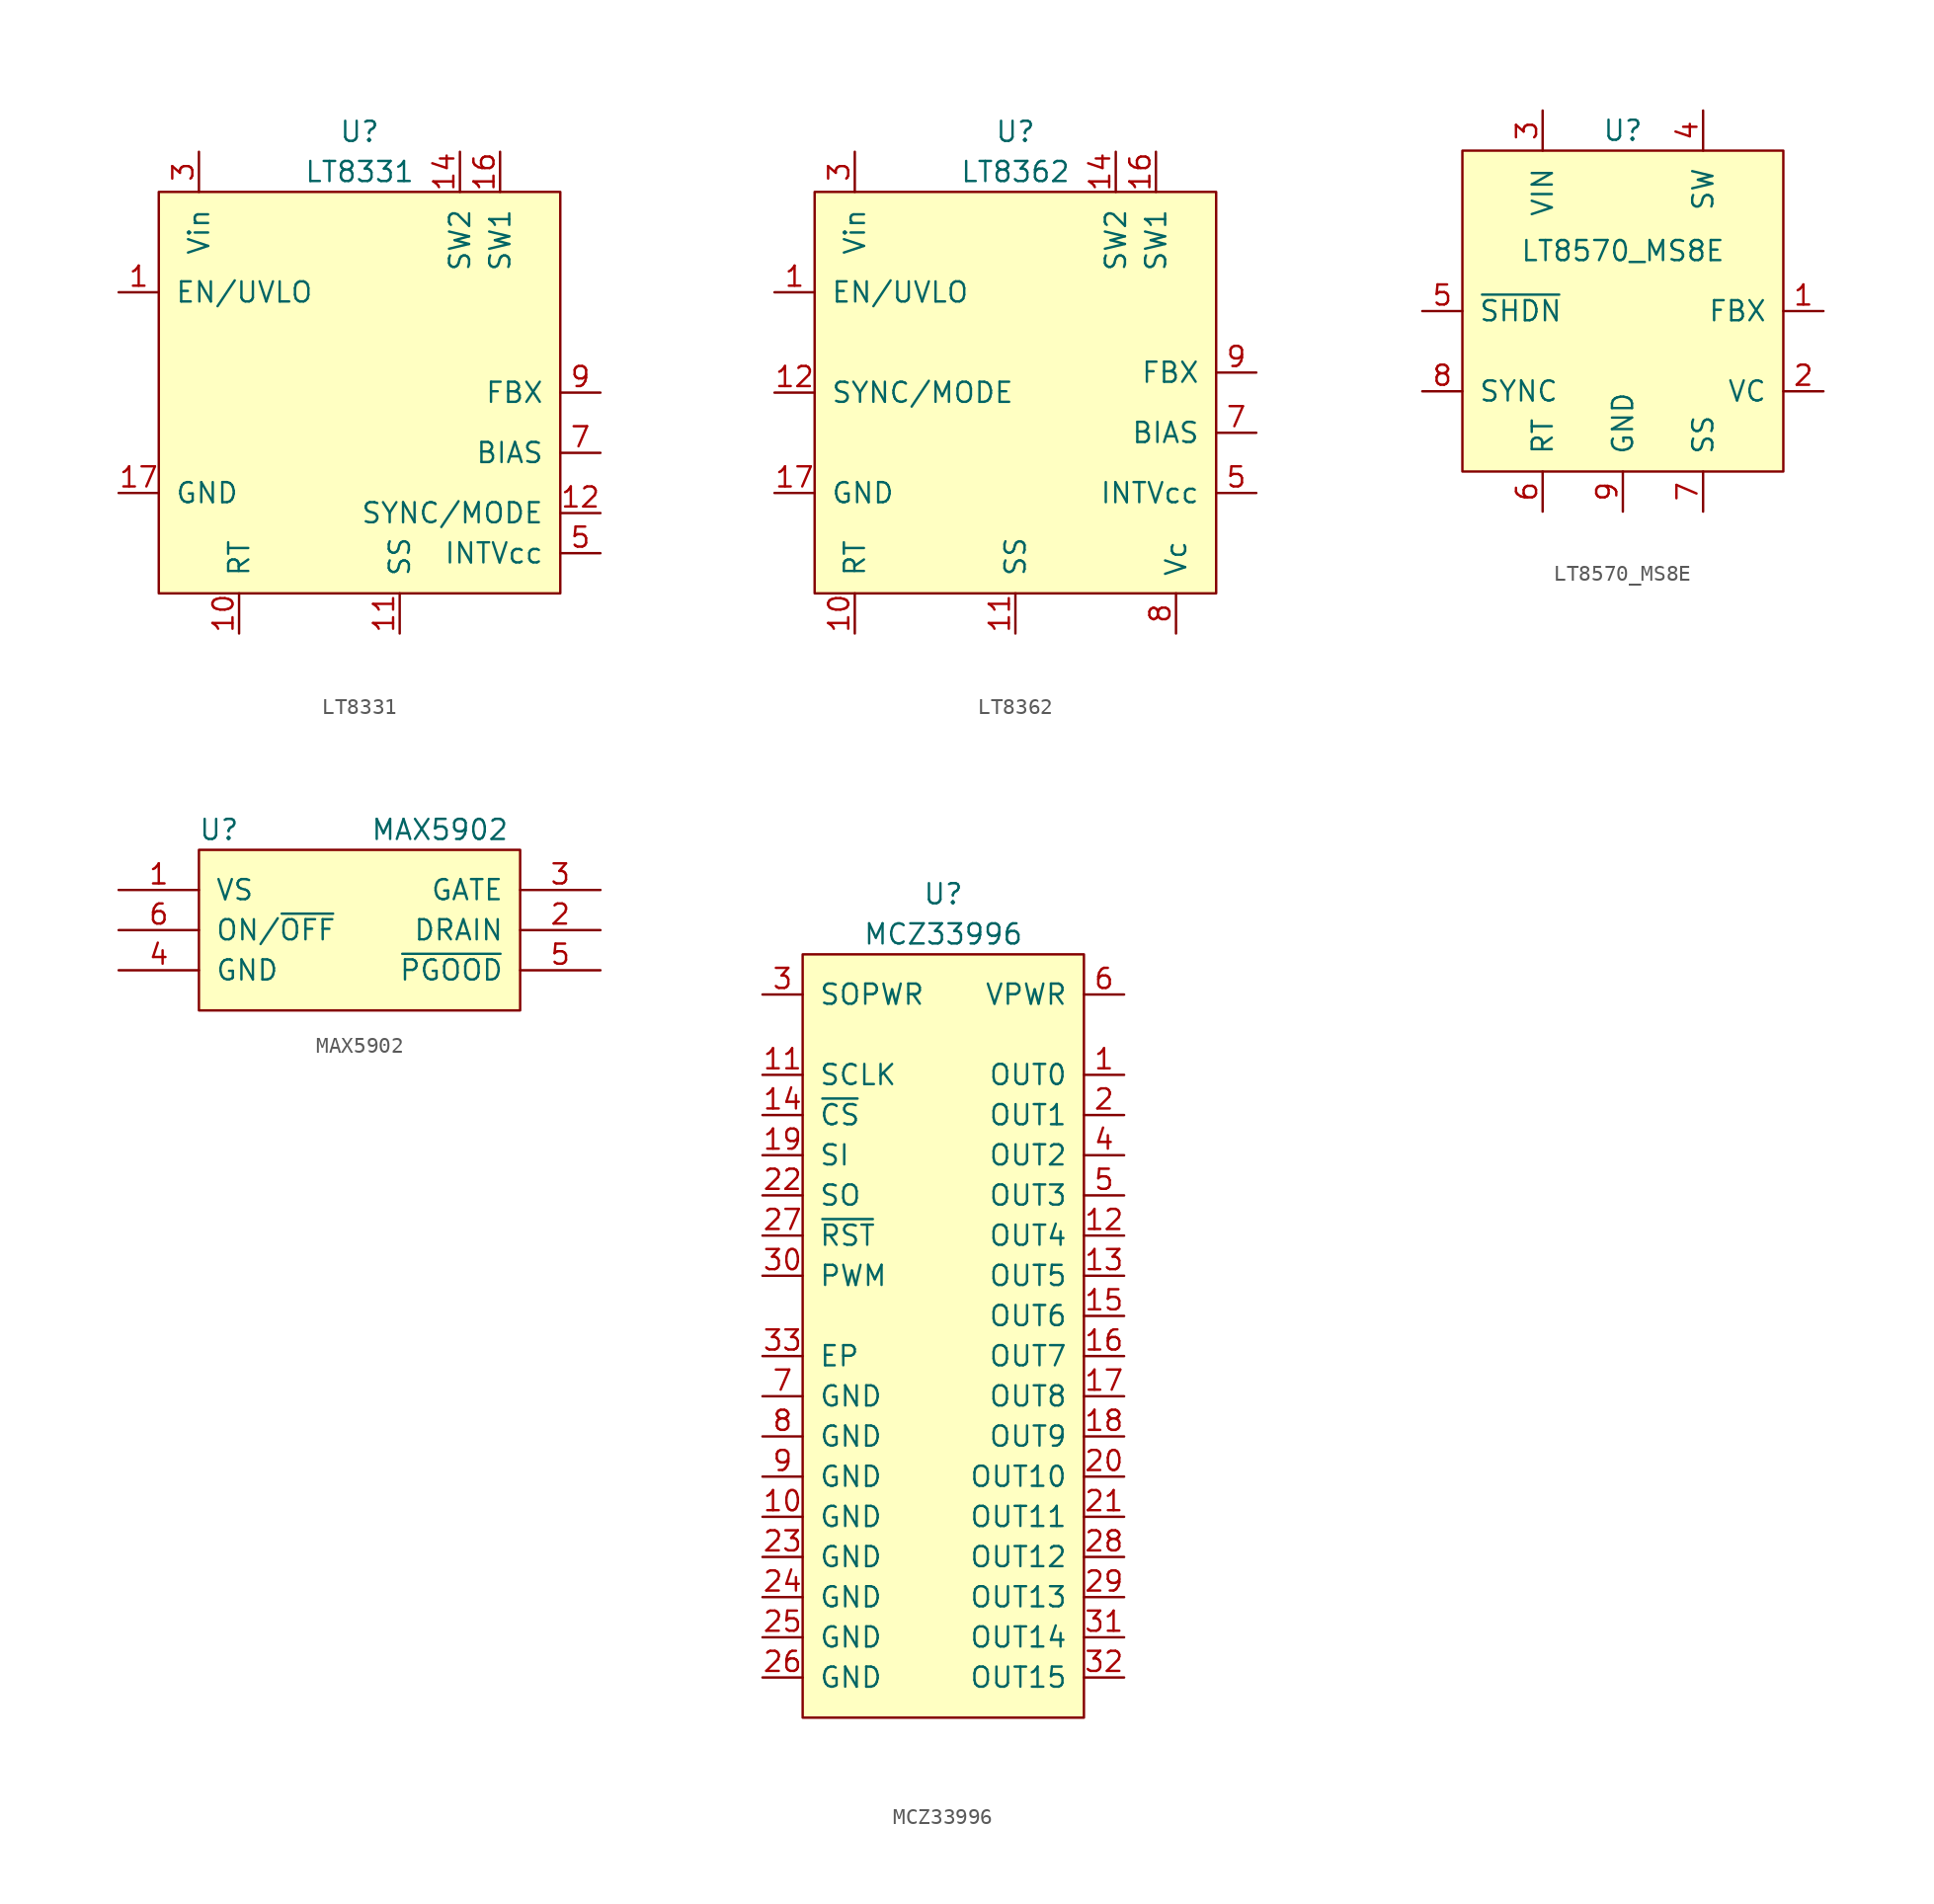
<source format=kicad_sym>
(kicad_symbol_lib
  (version 20220914)
  (generator kicad_symbol_editor)
  (symbol "LT8331"
    (pin_names
      (offset 1.016))
    (property "Reference" "U"
      (at 0 16.51 0)
      (effects (font (size 1.27 1.27))))
    (property "Value" "LT8331"
      (at 0 13.97 0)
      (effects (font (size 1.27 1.27))))
    (symbol "LT8331_0_1"
      (rectangle (start -12.7 12.7) (end 12.7 -12.7) (stroke (width 0) (type default)) (fill (type background))))
    (symbol "LT8331_1_1"
      (pin input line (at -15.24 6.35 0) (length 2.54) (name "EN/UVLO" (effects (font (size 1.27 1.27)))) (number "1" (effects (font (size 1.27 1.27)))))
      (pin input line (at -7.62 -15.24 90) (length 2.54) (name "RT" (effects (font (size 1.27 1.27)))) (number "10" (effects (font (size 1.27 1.27)))))
      (pin input line (at 2.54 -15.24 90) (length 2.54) (name "SS" (effects (font (size 1.27 1.27)))) (number "11" (effects (font (size 1.27 1.27)))))
      (pin input line (at 15.24 -7.62 180) (length 2.54) (name "SYNC/MODE" (effects (font (size 1.27 1.27)))) (number "12" (effects (font (size 1.27 1.27)))))
      (pin passive line (at 6.35 15.24 270) (length 2.54) (name "SW2" (effects (font (size 1.27 1.27)))) (number "14" (effects (font (size 1.27 1.27)))))
      (pin passive line (at 8.89 15.24 270) (length 2.54) (name "SW1" (effects (font (size 1.27 1.27)))) (number "16" (effects (font (size 1.27 1.27)))))
      (pin passive line (at -15.24 -6.35 0) (length 2.54) (name "GND" (effects (font (size 1.27 1.27)))) (number "17" (effects (font (size 1.27 1.27)))))
      (pin passive line (at -10.16 15.24 270) (length 2.54) (name "Vin" (effects (font (size 1.27 1.27)))) (number "3" (effects (font (size 1.27 1.27)))))
      (pin input line (at 15.24 -10.16 180) (length 2.54) (name "INTVcc" (effects (font (size 1.27 1.27)))) (number "5" (effects (font (size 1.27 1.27)))))
      (pin no_connect non_logic (at 12.7 5.08 0) (length 0) hide (name "NC" (effects (font (size 1.27 1.27)))) (number "6" (effects (font (size 1.27 1.27)))))
      (pin input line (at 15.24 -3.81 180) (length 2.54) (name "BIAS" (effects (font (size 1.27 1.27)))) (number "7" (effects (font (size 1.27 1.27)))))
      (pin no_connect non_logic (at -12.7 5.08 180) (length 0) hide (name "NC" (effects (font (size 1.27 1.27)))) (number "8" (effects (font (size 1.27 1.27)))))
      (pin input line (at 15.24 0 180) (length 2.54) (name "FBX" (effects (font (size 1.27 1.27)))) (number "9" (effects (font (size 1.27 1.27)))))))
  (symbol "LT8362"
    (pin_names
      (offset 1.016))
    (property "Reference" "U"
      (at 0 16.51 0)
      (effects (font (size 1.27 1.27))))
    (property "Value" "LT8362"
      (at 0 13.97 0)
      (effects (font (size 1.27 1.27))))
    (symbol "LT8362_1_1"
      (rectangle (start -12.7 12.7) (end 12.7 -12.7) (stroke (width 0) (type default)) (fill (type background)))
      (pin input line (at -15.24 6.35 0) (length 2.54) (name "EN/UVLO" (effects (font (size 1.27 1.27)))) (number "1" (effects (font (size 1.27 1.27)))))
      (pin input line (at -10.16 -15.24 90) (length 2.54) (name "RT" (effects (font (size 1.27 1.27)))) (number "10" (effects (font (size 1.27 1.27)))))
      (pin input line (at 0 -15.24 90) (length 2.54) (name "SS" (effects (font (size 1.27 1.27)))) (number "11" (effects (font (size 1.27 1.27)))))
      (pin input line (at -15.24 0 0) (length 2.54) (name "SYNC/MODE" (effects (font (size 1.27 1.27)))) (number "12" (effects (font (size 1.27 1.27)))))
      (pin passive line (at 6.35 15.24 270) (length 2.54) (name "SW2" (effects (font (size 1.27 1.27)))) (number "14" (effects (font (size 1.27 1.27)))))
      (pin passive line (at 8.89 15.24 270) (length 2.54) (name "SW1" (effects (font (size 1.27 1.27)))) (number "16" (effects (font (size 1.27 1.27)))))
      (pin passive line (at -15.24 -6.35 0) (length 2.54) (name "GND" (effects (font (size 1.27 1.27)))) (number "17" (effects (font (size 1.27 1.27)))))
      (pin passive line (at -10.16 15.24 270) (length 2.54) (name "Vin" (effects (font (size 1.27 1.27)))) (number "3" (effects (font (size 1.27 1.27)))))
      (pin input line (at 15.24 -6.35 180) (length 2.54) (name "INTVcc" (effects (font (size 1.27 1.27)))) (number "5" (effects (font (size 1.27 1.27)))))
      (pin no_connect non_logic (at 12.7 5.08 0) (length 0) hide (name "NC" (effects (font (size 1.27 1.27)))) (number "6" (effects (font (size 1.27 1.27)))))
      (pin input line (at 15.24 -2.54 180) (length 2.54) (name "BIAS" (effects (font (size 1.27 1.27)))) (number "7" (effects (font (size 1.27 1.27)))))
      (pin no_connect non_logic (at -12.7 5.08 180) (length 0) hide (name "NC" (effects (font (size 1.27 1.27)))) (number "8" (effects (font (size 1.27 1.27)))))
      (pin passive line (at 10.16 -15.24 90) (length 2.54) (name "Vc" (effects (font (size 1.27 1.27)))) (number "8" (effects (font (size 1.27 1.27)))))
      (pin input line (at 15.24 1.27 180) (length 2.54) (name "FBX" (effects (font (size 1.27 1.27)))) (number "9" (effects (font (size 1.27 1.27)))))))
  (symbol "LT8570_MS8E"
    (pin_names
      (offset 1.016))
    (property "Reference" "U"
      (at 0 11.43 0)
      (effects (font (size 1.27 1.27))))
    (property "Value" "LT8570_MS8E"
      (at 0 3.81 0)
      (effects (font (size 1.27 1.27))))
    (symbol "LT8570_MS8E_0_1"
      (rectangle (start -10.16 10.16) (end 10.16 -10.16) (stroke (width 0) (type default)) (fill (type background))))
    (symbol "LT8570_MS8E_1_1"
      (pin input line (at 12.7 0 180) (length 2.54) (name "FBX" (effects (font (size 1.27 1.27)))) (number "1" (effects (font (size 1.27 1.27)))))
      (pin input line (at 12.7 -5.08 180) (length 2.54) (name "VC" (effects (font (size 1.27 1.27)))) (number "2" (effects (font (size 1.27 1.27)))))
      (pin passive line (at -5.08 12.7 270) (length 2.54) (name "VIN" (effects (font (size 1.27 1.27)))) (number "3" (effects (font (size 1.27 1.27)))))
      (pin passive line (at 5.08 12.7 270) (length 2.54) (name "SW" (effects (font (size 1.27 1.27)))) (number "4" (effects (font (size 1.27 1.27)))))
      (pin input line (at -12.7 0 0) (length 2.54) (name "~{SHDN}" (effects (font (size 1.27 1.27)))) (number "5" (effects (font (size 1.27 1.27)))))
      (pin passive line (at -5.08 -12.7 90) (length 2.54) (name "RT" (effects (font (size 1.27 1.27)))) (number "6" (effects (font (size 1.27 1.27)))))
      (pin passive line (at 5.08 -12.7 90) (length 2.54) (name "SS" (effects (font (size 1.27 1.27)))) (number "7" (effects (font (size 1.27 1.27)))))
      (pin input line (at -12.7 -5.08 0) (length 2.54) (name "SYNC" (effects (font (size 1.27 1.27)))) (number "8" (effects (font (size 1.27 1.27)))))
      (pin passive line (at 0 -12.7 90) (length 2.54) (name "GND" (effects (font (size 1.27 1.27)))) (number "9" (effects (font (size 1.27 1.27)))))))
  (symbol "MAX5902"
    (pin_names
      (offset 1.016))
    (property "Reference" "U"
      (at -8.89 6.35 0)
      (effects (font (size 1.27 1.27))))
    (property "Value" "MAX5902"
      (at 5.08 6.35 0)
      (effects (font (size 1.27 1.27))))
    (symbol "MAX5902_0_1"
      (rectangle (start -10.16 5.08) (end 10.16 -5.08) (stroke (width 0) (type default)) (fill (type background))))
    (symbol "MAX5902_1_1"
      (pin passive line (at -15.24 2.54 0) (length 5.08) (name "VS" (effects (font (size 1.27 1.27)))) (number "1" (effects (font (size 1.27 1.27)))))
      (pin passive line (at 15.24 0 180) (length 5.08) (name "DRAIN" (effects (font (size 1.27 1.27)))) (number "2" (effects (font (size 1.27 1.27)))))
      (pin passive line (at 15.24 2.54 180) (length 5.08) (name "GATE" (effects (font (size 1.27 1.27)))) (number "3" (effects (font (size 1.27 1.27)))))
      (pin passive line (at -15.24 -2.54 0) (length 5.08) (name "GND" (effects (font (size 1.27 1.27)))) (number "4" (effects (font (size 1.27 1.27)))))
      (pin passive line (at 15.24 -2.54 180) (length 5.08) (name "~{PGOOD}" (effects (font (size 1.27 1.27)))) (number "5" (effects (font (size 1.27 1.27)))))
      (pin passive line (at -15.24 0 0) (length 5.08) (name "ON/~{OFF}" (effects (font (size 1.27 1.27)))) (number "6" (effects (font (size 1.27 1.27)))))))
  (symbol "MCZ33996"
    (pin_names
      (offset 1.016))
    (property "Reference" "U"
      (at 0 27.94 0)
      (effects (font (size 1.27 1.27))))
    (property "Value" "MCZ33996"
      (at 0 25.4 0)
      (effects (font (size 1.27 1.27))))
    (symbol "MCZ33996_0_1"
      (rectangle (start -8.89 24.13) (end 8.89 -24.13) (stroke (width 0) (type default)) (fill (type background))))
    (symbol "MCZ33996_1_1"
      (pin bidirectional line (at 11.43 16.51 180) (length 2.54) (name "OUT0" (effects (font (size 1.27 1.27)))) (number "1" (effects (font (size 1.27 1.27)))))
      (pin passive line (at -11.43 -11.43 0) (length 2.54) (name "GND" (effects (font (size 1.27 1.27)))) (number "10" (effects (font (size 1.27 1.27)))))
      (pin bidirectional line (at -11.43 16.51 0) (length 2.54) (name "SCLK" (effects (font (size 1.27 1.27)))) (number "11" (effects (font (size 1.27 1.27)))))
      (pin bidirectional line (at 11.43 6.35 180) (length 2.54) (name "OUT4" (effects (font (size 1.27 1.27)))) (number "12" (effects (font (size 1.27 1.27)))))
      (pin bidirectional line (at 11.43 3.81 180) (length 2.54) (name "OUT5" (effects (font (size 1.27 1.27)))) (number "13" (effects (font (size 1.27 1.27)))))
      (pin bidirectional line (at -11.43 13.97 0) (length 2.54) (name "~{CS}" (effects (font (size 1.27 1.27)))) (number "14" (effects (font (size 1.27 1.27)))))
      (pin bidirectional line (at 11.43 1.27 180) (length 2.54) (name "OUT6" (effects (font (size 1.27 1.27)))) (number "15" (effects (font (size 1.27 1.27)))))
      (pin bidirectional line (at 11.43 -1.27 180) (length 2.54) (name "OUT7" (effects (font (size 1.27 1.27)))) (number "16" (effects (font (size 1.27 1.27)))))
      (pin bidirectional line (at 11.43 -3.81 180) (length 2.54) (name "OUT8" (effects (font (size 1.27 1.27)))) (number "17" (effects (font (size 1.27 1.27)))))
      (pin bidirectional line (at 11.43 -6.35 180) (length 2.54) (name "OUT9" (effects (font (size 1.27 1.27)))) (number "18" (effects (font (size 1.27 1.27)))))
      (pin bidirectional line (at -11.43 11.43 0) (length 2.54) (name "SI" (effects (font (size 1.27 1.27)))) (number "19" (effects (font (size 1.27 1.27)))))
      (pin bidirectional line (at 11.43 13.97 180) (length 2.54) (name "OUT1" (effects (font (size 1.27 1.27)))) (number "2" (effects (font (size 1.27 1.27)))))
      (pin bidirectional line (at 11.43 -8.89 180) (length 2.54) (name "OUT10" (effects (font (size 1.27 1.27)))) (number "20" (effects (font (size 1.27 1.27)))))
      (pin bidirectional line (at 11.43 -11.43 180) (length 2.54) (name "OUT11" (effects (font (size 1.27 1.27)))) (number "21" (effects (font (size 1.27 1.27)))))
      (pin bidirectional line (at -11.43 8.89 0) (length 2.54) (name "SO" (effects (font (size 1.27 1.27)))) (number "22" (effects (font (size 1.27 1.27)))))
      (pin passive line (at -11.43 -13.97 0) (length 2.54) (name "GND" (effects (font (size 1.27 1.27)))) (number "23" (effects (font (size 1.27 1.27)))))
      (pin passive line (at -11.43 -16.51 0) (length 2.54) (name "GND" (effects (font (size 1.27 1.27)))) (number "24" (effects (font (size 1.27 1.27)))))
      (pin passive line (at -11.43 -19.05 0) (length 2.54) (name "GND" (effects (font (size 1.27 1.27)))) (number "25" (effects (font (size 1.27 1.27)))))
      (pin passive line (at -11.43 -21.59 0) (length 2.54) (name "GND" (effects (font (size 1.27 1.27)))) (number "26" (effects (font (size 1.27 1.27)))))
      (pin bidirectional line (at -11.43 6.35 0) (length 2.54) (name "~{RST}" (effects (font (size 1.27 1.27)))) (number "27" (effects (font (size 1.27 1.27)))))
      (pin bidirectional line (at 11.43 -13.97 180) (length 2.54) (name "OUT12" (effects (font (size 1.27 1.27)))) (number "28" (effects (font (size 1.27 1.27)))))
      (pin bidirectional line (at 11.43 -16.51 180) (length 2.54) (name "OUT13" (effects (font (size 1.27 1.27)))) (number "29" (effects (font (size 1.27 1.27)))))
      (pin passive line (at -11.43 21.59 0) (length 2.54) (name "SOPWR" (effects (font (size 1.27 1.27)))) (number "3" (effects (font (size 1.27 1.27)))))
      (pin bidirectional line (at -11.43 3.81 0) (length 2.54) (name "PWM" (effects (font (size 1.27 1.27)))) (number "30" (effects (font (size 1.27 1.27)))))
      (pin bidirectional line (at 11.43 -19.05 180) (length 2.54) (name "OUT14" (effects (font (size 1.27 1.27)))) (number "31" (effects (font (size 1.27 1.27)))))
      (pin bidirectional line (at 11.43 -21.59 180) (length 2.54) (name "OUT15" (effects (font (size 1.27 1.27)))) (number "32" (effects (font (size 1.27 1.27)))))
      (pin passive line (at -11.43 -1.27 0) (length 2.54) (name "EP" (effects (font (size 1.27 1.27)))) (number "33" (effects (font (size 1.27 1.27)))))
      (pin bidirectional line (at 11.43 11.43 180) (length 2.54) (name "OUT2" (effects (font (size 1.27 1.27)))) (number "4" (effects (font (size 1.27 1.27)))))
      (pin bidirectional line (at 11.43 8.89 180) (length 2.54) (name "OUT3" (effects (font (size 1.27 1.27)))) (number "5" (effects (font (size 1.27 1.27)))))
      (pin passive line (at 11.43 21.59 180) (length 2.54) (name "VPWR" (effects (font (size 1.27 1.27)))) (number "6" (effects (font (size 1.27 1.27)))))
      (pin passive line (at -11.43 -3.81 0) (length 2.54) (name "GND" (effects (font (size 1.27 1.27)))) (number "7" (effects (font (size 1.27 1.27)))))
      (pin passive line (at -11.43 -6.35 0) (length 2.54) (name "GND" (effects (font (size 1.27 1.27)))) (number "8" (effects (font (size 1.27 1.27)))))
      (pin passive line (at -11.43 -8.89 0) (length 2.54) (name "GND" (effects (font (size 1.27 1.27)))) (number "9" (effects (font (size 1.27 1.27))))))))
</source>
